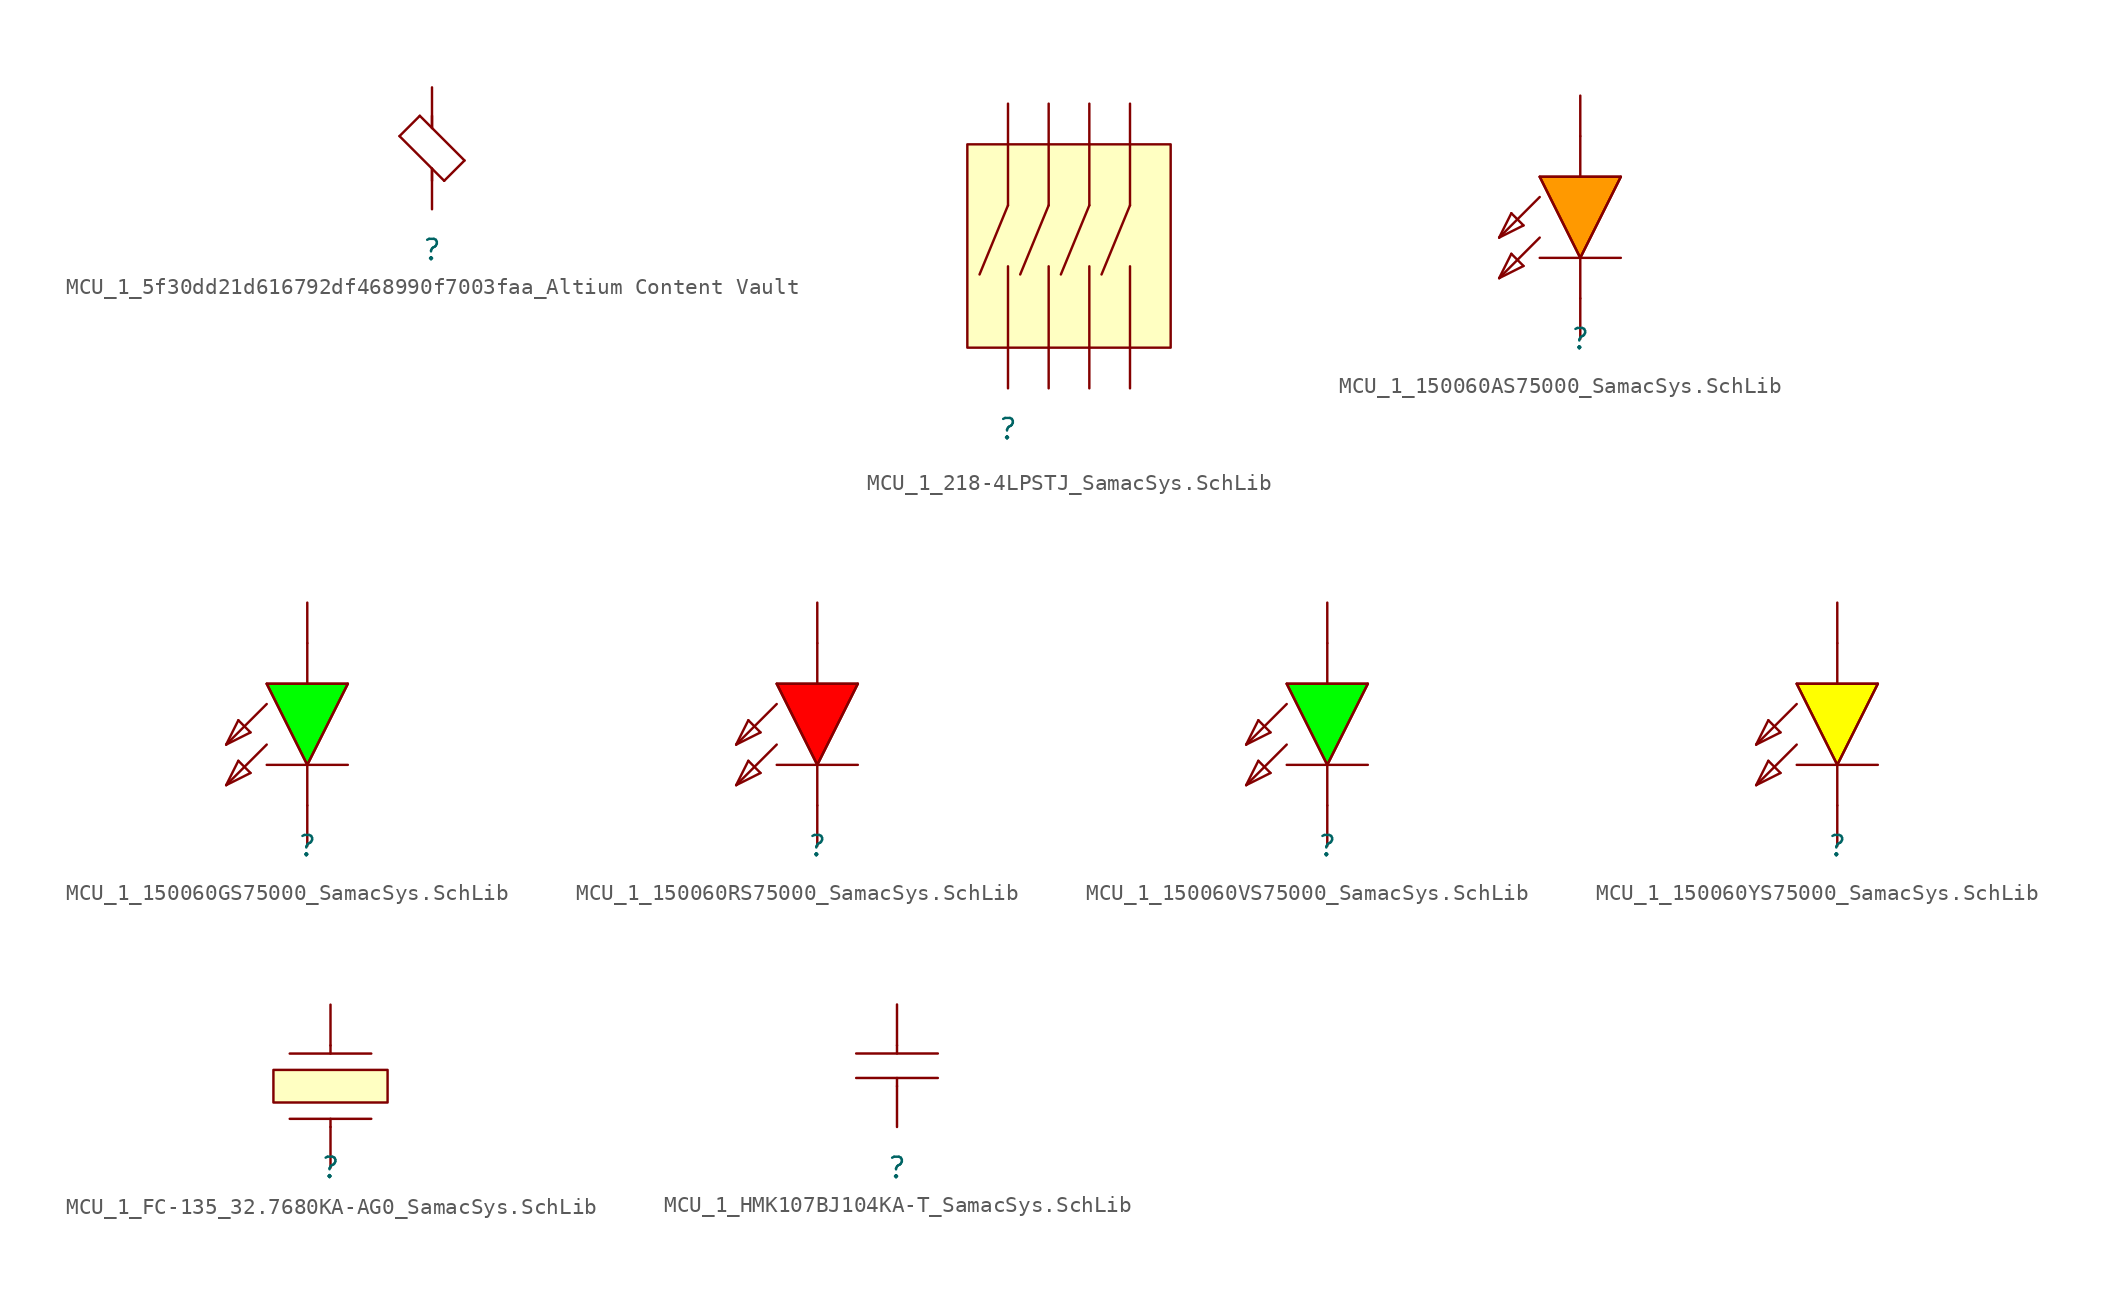
<source format=kicad_sym>
(kicad_symbol_lib
  (version 20241209)
  (generator "kicad_symbol_editor")
  (generator_version "9.0")
  (symbol "MCU_1_5f30dd21d616792df468990f7003faa_Altium Content Vault"
    (pin_numbers
      (hide yes))
    (pin_names
      (hide yes))
    (property "Reference" ""
      (at 0 0 0)
      (effects (font (size 1.27 1.27))))
    (property "Value" ""
      (at 0 0 0)
      (effects (font (size 1.27 1.27))))
    (symbol "MCU_1_5f30dd21d616792df468990f7003faa_Altium Content Vault_1_0"
      (polyline (pts (xy -2.032 7.112) (xy -0.762 8.382)) (stroke (width 0) (type solid)) (fill (type none)))
      (polyline (pts (xy 0 7.62) (xy 0 8.382)) (stroke (width 0) (type solid)) (fill (type none)))
      (polyline (pts (xy 0 5.08) (xy 0 4.318)) (stroke (width 0) (type solid)) (fill (type none)))
      (polyline (pts (xy 0.762 4.318) (xy -2.032 7.112)) (stroke (width 0) (type solid)) (fill (type none)))
      (polyline (pts (xy 2.032 5.588) (xy -0.762 8.382)) (stroke (width 0) (type solid)) (fill (type none)))
      (polyline (pts (xy 2.032 5.588) (xy 0.762 4.318)) (stroke (width 0) (type solid)) (fill (type none)))
      (pin passive line (at 0 10.16 270) (length 2.54) (name "2" (effects (font (size 1.27 1.27)))) (number "2" (effects (font (size 1.27 1.27)))))
      (pin passive line (at 0 2.54 90) (length 2.54) (name "1" (effects (font (size 1.27 1.27)))) (number "1" (effects (font (size 1.27 1.27)))))))
  (symbol "MCU_1_218-4LPSTJ_SamacSys.SchLib"
    (pin_numbers
      (hide yes))
    (pin_names
      (hide yes))
    (property "Reference" ""
      (at 0 0 0)
      (effects (font (size 1.27 1.27))))
    (property "Value" ""
      (at 0 0 0)
      (effects (font (size 1.27 1.27))))
    (symbol "MCU_1_218-4LPSTJ_SamacSys.SchLib_1_0"
      (polyline (pts (xy -1.778 9.652) (xy 0 13.97)) (stroke (width 0) (type solid)) (fill (type none)))
      (polyline (pts (xy 0 13.97) (xy 0 17.78)) (stroke (width 0) (type solid)) (fill (type none)))
      (polyline (pts (xy 0 10.16) (xy 0 5.08)) (stroke (width 0) (type solid)) (fill (type none)))
      (polyline (pts (xy 0.762 9.652) (xy 2.54 13.97)) (stroke (width 0) (type solid)) (fill (type none)))
      (polyline (pts (xy 2.54 13.97) (xy 2.54 17.78)) (stroke (width 0) (type solid)) (fill (type none)))
      (polyline (pts (xy 2.54 10.16) (xy 2.54 5.08)) (stroke (width 0) (type solid)) (fill (type none)))
      (polyline (pts (xy 3.302 9.652) (xy 5.08 13.97)) (stroke (width 0) (type solid)) (fill (type none)))
      (polyline (pts (xy 5.08 13.97) (xy 5.08 17.78)) (stroke (width 0) (type solid)) (fill (type none)))
      (polyline (pts (xy 5.08 10.16) (xy 5.08 5.08)) (stroke (width 0) (type solid)) (fill (type none)))
      (polyline (pts (xy 5.842 9.652) (xy 7.62 13.97)) (stroke (width 0) (type solid)) (fill (type none)))
      (polyline (pts (xy 7.62 13.97) (xy 7.62 17.78)) (stroke (width 0) (type solid)) (fill (type none)))
      (polyline (pts (xy 7.62 10.16) (xy 7.62 5.08)) (stroke (width 0) (type solid)) (fill (type none)))
      (rectangle (start 10.16 17.78) (end -2.54 5.08) (stroke (width 0) (type solid) (color 128 0 0 1)) (fill (type background)))
      (pin passive line (at 0 20.32 270) (length 2.54) (name "B1" (effects (font (size 1.27 1.27)))) (number "B1" (effects (font (size 1.27 1.27)))))
      (pin passive line (at 0 2.54 90) (length 2.54) (name "A1" (effects (font (size 1.27 1.27)))) (number "A1" (effects (font (size 1.27 1.27)))))
      (pin passive line (at 2.54 20.32 270) (length 2.54) (name "B2" (effects (font (size 1.27 1.27)))) (number "B2" (effects (font (size 1.27 1.27)))))
      (pin passive line (at 2.54 2.54 90) (length 2.54) (name "A2" (effects (font (size 1.27 1.27)))) (number "A2" (effects (font (size 1.27 1.27)))))
      (pin passive line (at 5.08 20.32 270) (length 2.54) (name "B3" (effects (font (size 1.27 1.27)))) (number "B3" (effects (font (size 1.27 1.27)))))
      (pin passive line (at 5.08 2.54 90) (length 2.54) (name "A3" (effects (font (size 1.27 1.27)))) (number "A3" (effects (font (size 1.27 1.27)))))
      (pin passive line (at 7.62 20.32 270) (length 2.54) (name "B4" (effects (font (size 1.27 1.27)))) (number "B4" (effects (font (size 1.27 1.27)))))
      (pin passive line (at 7.62 2.54 90) (length 2.54) (name "A4" (effects (font (size 1.27 1.27)))) (number "A4" (effects (font (size 1.27 1.27)))))))
  (symbol "MCU_1_150060AS75000_SamacSys.SchLib"
    (pin_numbers
      (hide yes))
    (pin_names
      (hide yes))
    (property "Reference" ""
      (at 0 0 0)
      (effects (font (size 1.27 1.27))))
    (property "Value" ""
      (at 0 0 0)
      (effects (font (size 1.27 1.27))))
    (symbol "MCU_1_150060AS75000_SamacSys.SchLib_1_0"
      (polyline (pts (xy -5.08 6.35) (xy -4.318 7.874)) (stroke (width 0) (type solid)) (fill (type none)))
      (polyline (pts (xy -5.08 3.81) (xy -4.318 5.334)) (stroke (width 0) (type solid)) (fill (type none)))
      (polyline (pts (xy -4.318 7.874) (xy -3.556 7.112)) (stroke (width 0) (type solid)) (fill (type none)))
      (polyline (pts (xy -4.318 5.334) (xy -3.556 4.572)) (stroke (width 0) (type solid)) (fill (type none)))
      (polyline (pts (xy -3.556 7.112) (xy -5.08 6.35)) (stroke (width 0) (type solid)) (fill (type none)))
      (polyline (pts (xy -3.556 4.572) (xy -5.08 3.81)) (stroke (width 0) (type solid)) (fill (type none)))
      (polyline (pts (xy -2.54 10.16) (xy 2.54 10.16)) (stroke (width 0) (type solid)) (fill (type none)))
      (polyline (pts (xy -2.54 10.16) (xy 0 5.08) (xy 2.54 10.16) (xy -2.54 10.16)) (stroke (width 0) (type solid)) (fill (type color) (color 255 153 0 1)))
      (polyline (pts (xy -2.54 8.89) (xy -5.08 6.35)) (stroke (width 0) (type solid)) (fill (type none)))
      (polyline (pts (xy -2.54 6.35) (xy -5.08 3.81)) (stroke (width 0) (type solid)) (fill (type none)))
      (polyline (pts (xy -2.54 5.08) (xy 2.54 5.08)) (stroke (width 0) (type solid)) (fill (type none)))
      (polyline (pts (xy 0 10.16) (xy 0 12.7)) (stroke (width 0) (type solid)) (fill (type none)))
      (polyline (pts (xy 0 5.08) (xy -2.54 10.16)) (stroke (width 0) (type solid)) (fill (type none)))
      (polyline (pts (xy 0 2.54) (xy 0 5.08)) (stroke (width 0) (type solid)) (fill (type none)))
      (polyline (pts (xy 2.54 10.16) (xy 0 5.08)) (stroke (width 0) (type solid)) (fill (type none)))
      (pin passive line (at 0 15.24 270) (length 2.54) (name "A" (effects (font (size 1.27 1.27)))) (number "2" (effects (font (size 1.27 1.27)))))
      (pin passive line (at 0 0 90) (length 2.54) (name "K" (effects (font (size 1.27 1.27)))) (number "1" (effects (font (size 1.27 1.27)))))))
  (symbol "MCU_1_150060GS75000_SamacSys.SchLib"
    (pin_numbers
      (hide yes))
    (pin_names
      (hide yes))
    (property "Reference" ""
      (at 0 0 0)
      (effects (font (size 1.27 1.27))))
    (property "Value" ""
      (at 0 0 0)
      (effects (font (size 1.27 1.27))))
    (symbol "MCU_1_150060GS75000_SamacSys.SchLib_1_0"
      (polyline (pts (xy -5.08 6.35) (xy -4.318 7.874)) (stroke (width 0) (type solid)) (fill (type none)))
      (polyline (pts (xy -5.08 3.81) (xy -4.318 5.334)) (stroke (width 0) (type solid)) (fill (type none)))
      (polyline (pts (xy -4.318 7.874) (xy -3.556 7.112)) (stroke (width 0) (type solid)) (fill (type none)))
      (polyline (pts (xy -4.318 5.334) (xy -3.556 4.572)) (stroke (width 0) (type solid)) (fill (type none)))
      (polyline (pts (xy -3.556 7.112) (xy -5.08 6.35)) (stroke (width 0) (type solid)) (fill (type none)))
      (polyline (pts (xy -3.556 4.572) (xy -5.08 3.81)) (stroke (width 0) (type solid)) (fill (type none)))
      (polyline (pts (xy -2.54 10.16) (xy 2.54 10.16)) (stroke (width 0) (type solid)) (fill (type none)))
      (polyline (pts (xy -2.54 10.16) (xy 0 5.08) (xy 2.54 10.16) (xy -2.54 10.16)) (stroke (width 0) (type solid)) (fill (type color) (color 0 255 0 1)))
      (polyline (pts (xy -2.54 8.89) (xy -5.08 6.35)) (stroke (width 0) (type solid)) (fill (type none)))
      (polyline (pts (xy -2.54 6.35) (xy -5.08 3.81)) (stroke (width 0) (type solid)) (fill (type none)))
      (polyline (pts (xy -2.54 5.08) (xy 2.54 5.08)) (stroke (width 0) (type solid)) (fill (type none)))
      (polyline (pts (xy 0 10.16) (xy 0 12.7)) (stroke (width 0) (type solid)) (fill (type none)))
      (polyline (pts (xy 0 5.08) (xy -2.54 10.16)) (stroke (width 0) (type solid)) (fill (type none)))
      (polyline (pts (xy 0 2.54) (xy 0 5.08)) (stroke (width 0) (type solid)) (fill (type none)))
      (polyline (pts (xy 2.54 10.16) (xy 0 5.08)) (stroke (width 0) (type solid)) (fill (type none)))
      (pin passive line (at 0 15.24 270) (length 2.54) (name "A" (effects (font (size 1.27 1.27)))) (number "2" (effects (font (size 1.27 1.27)))))
      (pin passive line (at 0 0 90) (length 2.54) (name "K" (effects (font (size 1.27 1.27)))) (number "1" (effects (font (size 1.27 1.27)))))))
  (symbol "MCU_1_150060RS75000_SamacSys.SchLib"
    (pin_numbers
      (hide yes))
    (pin_names
      (hide yes))
    (property "Reference" ""
      (at 0 0 0)
      (effects (font (size 1.27 1.27))))
    (property "Value" ""
      (at 0 0 0)
      (effects (font (size 1.27 1.27))))
    (symbol "MCU_1_150060RS75000_SamacSys.SchLib_1_0"
      (polyline (pts (xy -5.08 6.35) (xy -4.318 7.874)) (stroke (width 0) (type solid)) (fill (type none)))
      (polyline (pts (xy -5.08 3.81) (xy -4.318 5.334)) (stroke (width 0) (type solid)) (fill (type none)))
      (polyline (pts (xy -4.318 7.874) (xy -3.556 7.112)) (stroke (width 0) (type solid)) (fill (type none)))
      (polyline (pts (xy -4.318 5.334) (xy -3.556 4.572)) (stroke (width 0) (type solid)) (fill (type none)))
      (polyline (pts (xy -3.556 7.112) (xy -5.08 6.35)) (stroke (width 0) (type solid)) (fill (type none)))
      (polyline (pts (xy -3.556 4.572) (xy -5.08 3.81)) (stroke (width 0) (type solid)) (fill (type none)))
      (polyline (pts (xy -2.54 10.16) (xy 2.54 10.16)) (stroke (width 0) (type solid)) (fill (type none)))
      (polyline (pts (xy -2.54 10.16) (xy 0 5.08) (xy 2.54 10.16) (xy -2.54 10.16)) (stroke (width 0) (type solid)) (fill (type color) (color 255 0 0 1)))
      (polyline (pts (xy -2.54 8.89) (xy -5.08 6.35)) (stroke (width 0) (type solid)) (fill (type none)))
      (polyline (pts (xy -2.54 6.35) (xy -5.08 3.81)) (stroke (width 0) (type solid)) (fill (type none)))
      (polyline (pts (xy -2.54 5.08) (xy 2.54 5.08)) (stroke (width 0) (type solid)) (fill (type none)))
      (polyline (pts (xy 0 10.16) (xy 0 12.7)) (stroke (width 0) (type solid)) (fill (type none)))
      (polyline (pts (xy 0 5.08) (xy -2.54 10.16)) (stroke (width 0) (type solid)) (fill (type none)))
      (polyline (pts (xy 0 2.54) (xy 0 5.08)) (stroke (width 0) (type solid)) (fill (type none)))
      (polyline (pts (xy 2.54 10.16) (xy 0 5.08)) (stroke (width 0) (type solid)) (fill (type none)))
      (pin passive line (at 0 15.24 270) (length 2.54) (name "A" (effects (font (size 1.27 1.27)))) (number "2" (effects (font (size 1.27 1.27)))))
      (pin passive line (at 0 0 90) (length 2.54) (name "K" (effects (font (size 1.27 1.27)))) (number "1" (effects (font (size 1.27 1.27)))))))
  (symbol "MCU_1_150060VS75000_SamacSys.SchLib"
    (pin_numbers
      (hide yes))
    (pin_names
      (hide yes))
    (property "Reference" ""
      (at 0 0 0)
      (effects (font (size 1.27 1.27))))
    (property "Value" ""
      (at 0 0 0)
      (effects (font (size 1.27 1.27))))
    (symbol "MCU_1_150060VS75000_SamacSys.SchLib_1_0"
      (polyline (pts (xy -5.08 6.35) (xy -4.318 7.874)) (stroke (width 0) (type solid)) (fill (type none)))
      (polyline (pts (xy -5.08 3.81) (xy -4.318 5.334)) (stroke (width 0) (type solid)) (fill (type none)))
      (polyline (pts (xy -4.318 7.874) (xy -3.556 7.112)) (stroke (width 0) (type solid)) (fill (type none)))
      (polyline (pts (xy -4.318 5.334) (xy -3.556 4.572)) (stroke (width 0) (type solid)) (fill (type none)))
      (polyline (pts (xy -3.556 7.112) (xy -5.08 6.35)) (stroke (width 0) (type solid)) (fill (type none)))
      (polyline (pts (xy -3.556 4.572) (xy -5.08 3.81)) (stroke (width 0) (type solid)) (fill (type none)))
      (polyline (pts (xy -2.54 10.16) (xy 2.54 10.16)) (stroke (width 0) (type solid)) (fill (type none)))
      (polyline (pts (xy -2.54 10.16) (xy 0 5.08) (xy 2.54 10.16) (xy -2.54 10.16)) (stroke (width 0) (type solid)) (fill (type color) (color 0 255 0 1)))
      (polyline (pts (xy -2.54 8.89) (xy -5.08 6.35)) (stroke (width 0) (type solid)) (fill (type none)))
      (polyline (pts (xy -2.54 6.35) (xy -5.08 3.81)) (stroke (width 0) (type solid)) (fill (type none)))
      (polyline (pts (xy -2.54 5.08) (xy 2.54 5.08)) (stroke (width 0) (type solid)) (fill (type none)))
      (polyline (pts (xy 0 10.16) (xy 0 12.7)) (stroke (width 0) (type solid)) (fill (type none)))
      (polyline (pts (xy 0 5.08) (xy -2.54 10.16)) (stroke (width 0) (type solid)) (fill (type none)))
      (polyline (pts (xy 0 2.54) (xy 0 5.08)) (stroke (width 0) (type solid)) (fill (type none)))
      (polyline (pts (xy 2.54 10.16) (xy 0 5.08)) (stroke (width 0) (type solid)) (fill (type none)))
      (pin passive line (at 0 15.24 270) (length 2.54) (name "A" (effects (font (size 1.27 1.27)))) (number "2" (effects (font (size 1.27 1.27)))))
      (pin passive line (at 0 0 90) (length 2.54) (name "K" (effects (font (size 1.27 1.27)))) (number "1" (effects (font (size 1.27 1.27)))))))
  (symbol "MCU_1_150060YS75000_SamacSys.SchLib"
    (pin_numbers
      (hide yes))
    (pin_names
      (hide yes))
    (property "Reference" ""
      (at 0 0 0)
      (effects (font (size 1.27 1.27))))
    (property "Value" ""
      (at 0 0 0)
      (effects (font (size 1.27 1.27))))
    (symbol "MCU_1_150060YS75000_SamacSys.SchLib_1_0"
      (polyline (pts (xy -5.08 6.35) (xy -4.318 7.874)) (stroke (width 0) (type solid)) (fill (type none)))
      (polyline (pts (xy -5.08 3.81) (xy -4.318 5.334)) (stroke (width 0) (type solid)) (fill (type none)))
      (polyline (pts (xy -4.318 7.874) (xy -3.556 7.112)) (stroke (width 0) (type solid)) (fill (type none)))
      (polyline (pts (xy -4.318 5.334) (xy -3.556 4.572)) (stroke (width 0) (type solid)) (fill (type none)))
      (polyline (pts (xy -3.556 7.112) (xy -5.08 6.35)) (stroke (width 0) (type solid)) (fill (type none)))
      (polyline (pts (xy -3.556 4.572) (xy -5.08 3.81)) (stroke (width 0) (type solid)) (fill (type none)))
      (polyline (pts (xy -2.54 10.16) (xy 2.54 10.16)) (stroke (width 0) (type solid)) (fill (type none)))
      (polyline (pts (xy -2.54 10.16) (xy 0 5.08) (xy 2.54 10.16) (xy -2.54 10.16)) (stroke (width 0) (type solid)) (fill (type color) (color 255 255 0 1)))
      (polyline (pts (xy -2.54 8.89) (xy -5.08 6.35)) (stroke (width 0) (type solid)) (fill (type none)))
      (polyline (pts (xy -2.54 6.35) (xy -5.08 3.81)) (stroke (width 0) (type solid)) (fill (type none)))
      (polyline (pts (xy -2.54 5.08) (xy 2.54 5.08)) (stroke (width 0) (type solid)) (fill (type none)))
      (polyline (pts (xy 0 10.16) (xy 0 12.7)) (stroke (width 0) (type solid)) (fill (type none)))
      (polyline (pts (xy 0 5.08) (xy -2.54 10.16)) (stroke (width 0) (type solid)) (fill (type none)))
      (polyline (pts (xy 0 2.54) (xy 0 5.08)) (stroke (width 0) (type solid)) (fill (type none)))
      (polyline (pts (xy 2.54 10.16) (xy 0 5.08)) (stroke (width 0) (type solid)) (fill (type none)))
      (pin passive line (at 0 15.24 270) (length 2.54) (name "A" (effects (font (size 1.27 1.27)))) (number "2" (effects (font (size 1.27 1.27)))))
      (pin passive line (at 0 0 90) (length 2.54) (name "K" (effects (font (size 1.27 1.27)))) (number "1" (effects (font (size 1.27 1.27)))))))
  (symbol "MCU_1_FC-135_32.7680KA-AG0_SamacSys.SchLib"
    (pin_numbers
      (hide yes))
    (pin_names
      (hide yes))
    (property "Reference" ""
      (at 0 0 0)
      (effects (font (size 1.27 1.27))))
    (property "Value" ""
      (at 0 0 0)
      (effects (font (size 1.27 1.27))))
    (symbol "MCU_1_FC-135_32.7680KA-AG0_SamacSys.SchLib_1_0"
      (polyline (pts (xy -2.54 7.112) (xy 2.54 7.112)) (stroke (width 0) (type solid)) (fill (type none)))
      (polyline (pts (xy -2.54 3.048) (xy 2.54 3.048)) (stroke (width 0) (type solid)) (fill (type none)))
      (polyline (pts (xy 0 7.112) (xy 0 7.62)) (stroke (width 0) (type solid)) (fill (type none)))
      (polyline (pts (xy 0 3.048) (xy 0 2.54)) (stroke (width 0) (type solid)) (fill (type none)))
      (rectangle (start 3.556 6.096) (end -3.556 4.064) (stroke (width 0) (type solid) (color 128 0 0 1)) (fill (type background)))
      (pin passive line (at 0 10.16 270) (length 2.54) (name "CRYSTAL_1" (effects (font (size 1.27 1.27)))) (number "1" (effects (font (size 1.27 1.27)))))
      (pin passive line (at 0 0 90) (length 2.54) (name "CRYSTAL_2" (effects (font (size 1.27 1.27)))) (number "2" (effects (font (size 1.27 1.27)))))))
  (symbol "MCU_1_HMK107BJ104KA-T_SamacSys.SchLib"
    (pin_numbers
      (hide yes))
    (pin_names
      (hide yes))
    (property "Reference" ""
      (at 0 0 0)
      (effects (font (size 1.27 1.27))))
    (property "Value" ""
      (at 0 0 0)
      (effects (font (size 1.27 1.27))))
    (symbol "MCU_1_HMK107BJ104KA-T_SamacSys.SchLib_1_0"
      (polyline (pts (xy -2.54 7.112) (xy 2.54 7.112)) (stroke (width 0) (type solid)) (fill (type none)))
      (polyline (pts (xy -2.54 5.588) (xy 2.54 5.588)) (stroke (width 0) (type solid)) (fill (type none)))
      (polyline (pts (xy 0 7.112) (xy 0 7.62)) (stroke (width 0) (type solid)) (fill (type none)))
      (polyline (pts (xy 0 5.08) (xy 0 5.588)) (stroke (width 0) (type solid)) (fill (type none)))
      (pin passive line (at 0 10.16 270) (length 2.54) (name "2" (effects (font (size 1.27 1.27)))) (number "2" (effects (font (size 1.27 1.27)))))
      (pin passive line (at 0 2.54 90) (length 2.54) (name "1" (effects (font (size 1.27 1.27)))) (number "1" (effects (font (size 1.27 1.27))))))))
</source>
